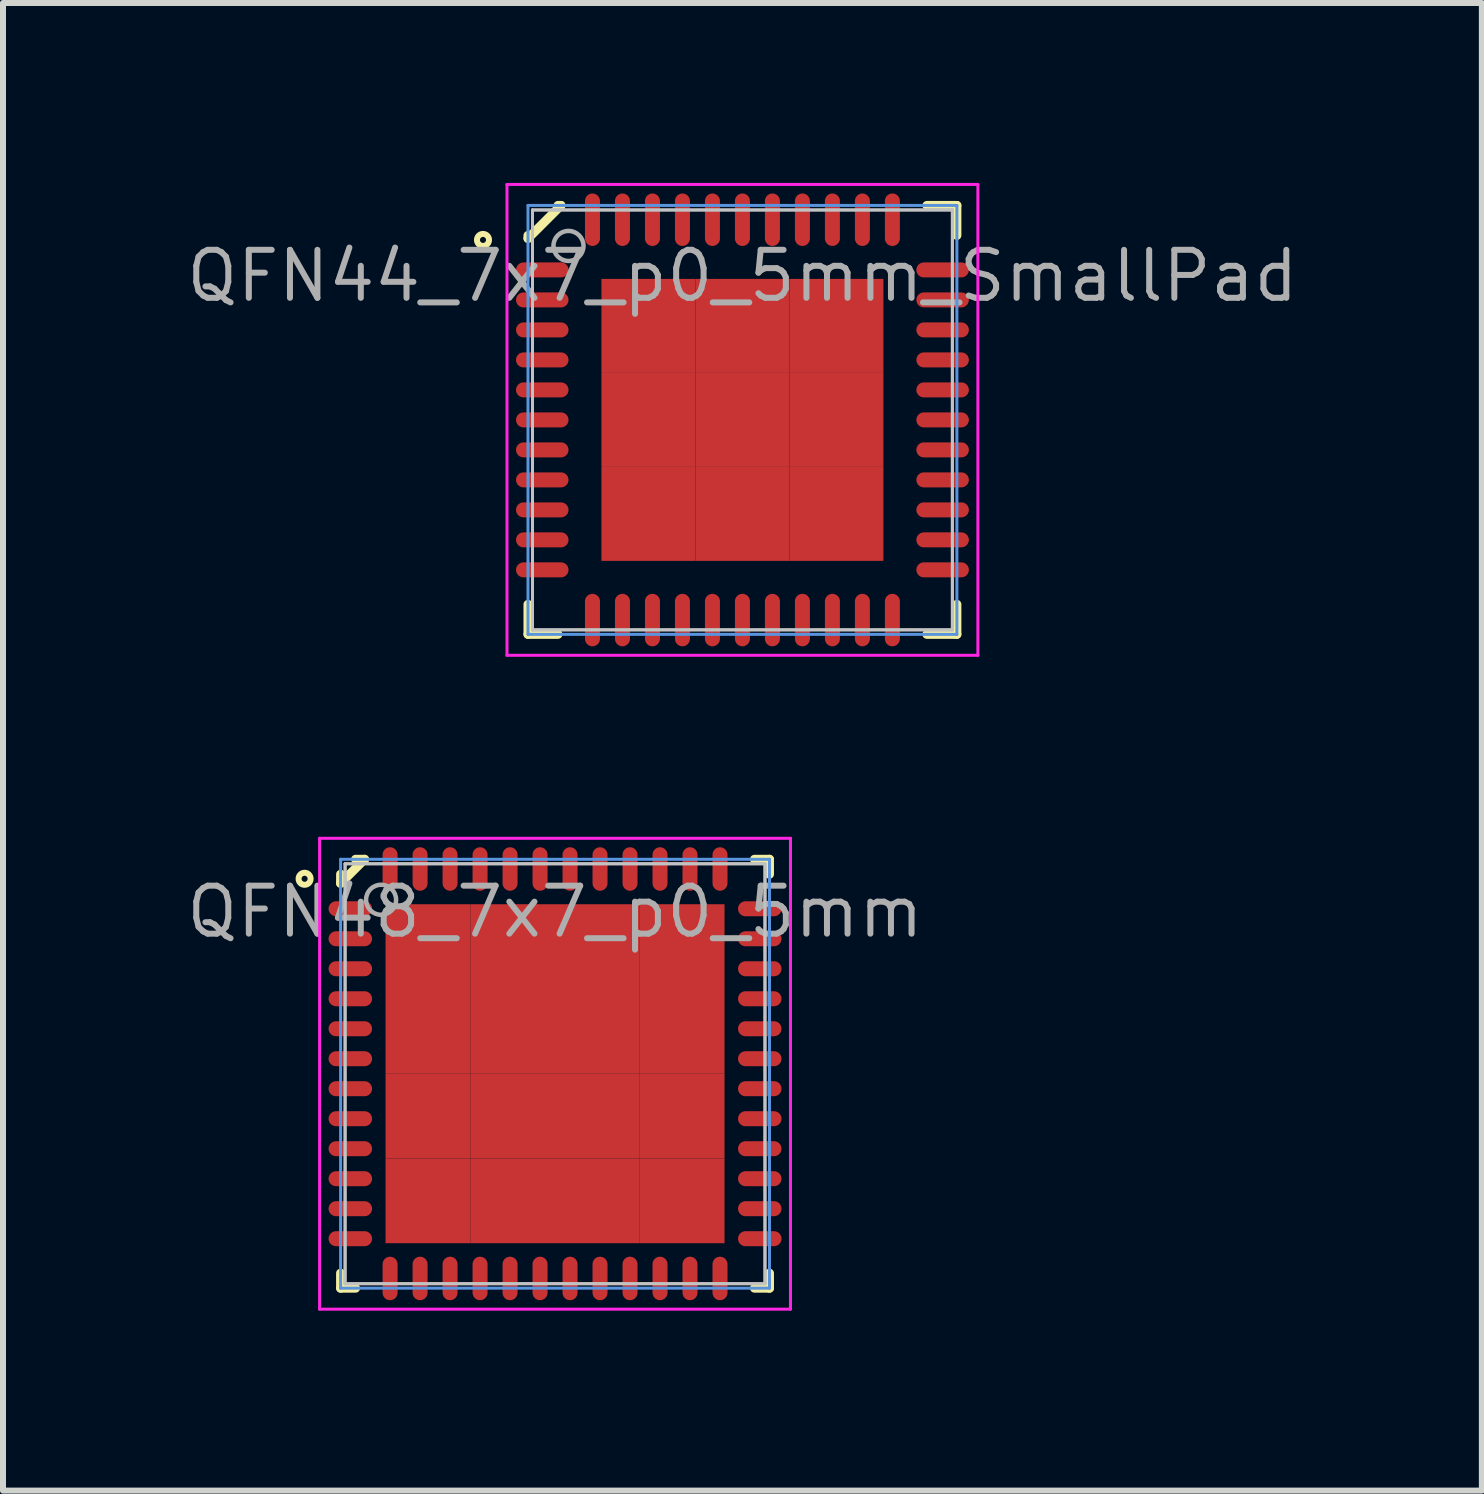
<source format=kicad_pcb>
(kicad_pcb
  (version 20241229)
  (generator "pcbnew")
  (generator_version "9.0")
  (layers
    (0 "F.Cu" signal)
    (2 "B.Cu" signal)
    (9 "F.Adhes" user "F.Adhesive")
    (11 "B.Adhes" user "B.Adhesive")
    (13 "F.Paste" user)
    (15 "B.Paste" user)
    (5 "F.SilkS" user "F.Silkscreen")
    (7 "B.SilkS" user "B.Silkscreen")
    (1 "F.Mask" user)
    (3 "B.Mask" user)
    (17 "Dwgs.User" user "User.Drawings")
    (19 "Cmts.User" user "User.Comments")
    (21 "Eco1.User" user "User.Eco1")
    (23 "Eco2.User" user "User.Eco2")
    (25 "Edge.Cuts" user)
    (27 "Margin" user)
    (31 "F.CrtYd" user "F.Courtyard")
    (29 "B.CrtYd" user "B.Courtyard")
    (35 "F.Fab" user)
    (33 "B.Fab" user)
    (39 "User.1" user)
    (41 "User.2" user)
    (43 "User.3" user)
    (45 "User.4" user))
  (footprint "QFN44_7x7_p0_5mm_SmallPad"
    (layer "F.Cu")
    (at 9.327 3.95)
    (property "Reference" "QFN44_7x7_p0_5mm_SmallPad" (at 0 -2.4 0) (layer "F.Fab") (effects (font (size 0.8 0.8) (thickness 0.1))))
    (attr through_hole)
    (fp_line (start -3.575 -3.025) (end -3.575 -3.075) (stroke (width 0.15) (type solid)) (layer "F.SilkS"))
    (fp_line (start -3.575 -3.025) (end -3.025 -3.575) (stroke (width 0.15) (type solid)) (layer "F.SilkS"))
    (fp_line (start -3.575 3.575) (end -3.575 3.075) (stroke (width 0.15) (type solid)) (layer "F.SilkS"))
    (fp_line (start -3.575 3.575) (end -3.075 3.575) (stroke (width 0.15) (type solid)) (layer "F.SilkS"))
    (fp_line (start -3.075 -3.575) (end -3.025 -3.575) (stroke (width 0.15) (type solid)) (layer "F.SilkS"))
    (fp_line (start 3.575 -3.575) (end 3.075 -3.575) (stroke (width 0.15) (type solid)) (layer "F.SilkS"))
    (fp_line (start 3.575 -3.575) (end 3.575 -3.075) (stroke (width 0.15) (type solid)) (layer "F.SilkS"))
    (fp_line (start 3.575 3.575) (end 3.075 3.575) (stroke (width 0.15) (type solid)) (layer "F.SilkS"))
    (fp_line (start 3.575 3.575) (end 3.575 3.075) (stroke (width 0.15) (type solid)) (layer "F.SilkS"))
    (fp_circle (center -4.325 -3) (end -4.254 -2.929) (stroke (width 0.1) (type solid)) (fill no) (layer "F.SilkS"))
    (fp_line (start -3.5 -3.5) (end -3.5 3.5) (stroke (width 0.05) (type solid)) (layer "Dwgs.User"))
    (fp_line (start -3.5 -3.5) (end 3.5 -3.5) (stroke (width 0.05) (type solid)) (layer "Dwgs.User"))
    (fp_line (start -3.5 3.5) (end 3.5 3.5) (stroke (width 0.05) (type solid)) (layer "Dwgs.User"))
    (fp_line (start 3.5 -3.5) (end 3.5 3.5) (stroke (width 0.05) (type solid)) (layer "Dwgs.User"))
    (fp_line (start -3.575 -3.575) (end -3.575 3.575) (stroke (width 0.05) (type solid)) (layer "Cmts.User"))
    (fp_line (start -3.575 -3.575) (end 3.575 -3.575) (stroke (width 0.05) (type solid)) (layer "Cmts.User"))
    (fp_line (start -3.575 3.575) (end 3.575 3.575) (stroke (width 0.05) (type solid)) (layer "Cmts.User"))
    (fp_line (start 3.575 -3.575) (end 3.575 3.575) (stroke (width 0.05) (type solid)) (layer "Cmts.User"))
    (fp_line (start -3.425 -3.425) (end -3.425 3.425) (stroke (width 0.05) (type solid)) (layer "Eco1.User"))
    (fp_line (start -3.425 -3.425) (end 3.425 -3.425) (stroke (width 0.05) (type solid)) (layer "Eco1.User"))
    (fp_line (start -3.425 3.425) (end 3.425 3.425) (stroke (width 0.05) (type solid)) (layer "Eco1.User"))
    (fp_line (start 3.425 -3.425) (end 3.425 3.425) (stroke (width 0.05) (type solid)) (layer "Eco1.User"))
    (fp_line (start -3.925 -3.925) (end -3.925 3.925) (stroke (width 0.05) (type solid)) (layer "F.CrtYd"))
    (fp_line (start -3.925 -3.925) (end 3.925 -3.925) (stroke (width 0.05) (type solid)) (layer "F.CrtYd"))
    (fp_line (start -3.925 3.925) (end 3.925 3.925) (stroke (width 0.05) (type solid)) (layer "F.CrtYd"))
    (fp_line (start 3.925 -3.925) (end 3.925 3.925) (stroke (width 0.05) (type solid)) (layer "F.CrtYd"))
    (fp_line (start -3.5 -3.5) (end -3.5 3.5) (stroke (width 0.05) (type solid)) (layer "F.Fab"))
    (fp_line (start -3.5 -3.5) (end 3.5 -3.5) (stroke (width 0.05) (type solid)) (layer "F.Fab"))
    (fp_line (start -3.5 3.5) (end 3.5 3.5) (stroke (width 0.05) (type solid)) (layer "F.Fab"))
    (fp_line (start 3.5 -3.5) (end 3.5 3.5) (stroke (width 0.05) (type solid)) (layer "F.Fab"))
    (fp_circle (center -2.9 -2.9) (end -2.723 -2.723) (stroke (width 0.075) (type solid)) (fill no) (layer "F.Fab"))
    (pad "1" smd oval (at -3.337 -2.5 180) (size 0.875 0.25) (layers "F.Cu" "F.Mask" "F.Paste"))
    (pad "2" smd oval (at -3.337 -2 180) (size 0.875 0.25) (layers "F.Cu" "F.Mask" "F.Paste"))
    (pad "3" smd oval (at -3.337 -1.5 180) (size 0.875 0.25) (layers "F.Cu" "F.Mask" "F.Paste"))
    (pad "4" smd oval (at -3.337 -1 180) (size 0.875 0.25) (layers "F.Cu" "F.Mask" "F.Paste"))
    (pad "5" smd oval (at -3.337 -0.5 180) (size 0.875 0.25) (layers "F.Cu" "F.Mask" "F.Paste"))
    (pad "6" smd oval (at -3.337 0 180) (size 0.875 0.25) (layers "F.Cu" "F.Mask" "F.Paste"))
    (pad "7" smd oval (at -3.337 0.5 180) (size 0.875 0.25) (layers "F.Cu" "F.Mask" "F.Paste"))
    (pad "8" smd oval (at -3.337 1 180) (size 0.875 0.25) (layers "F.Cu" "F.Mask" "F.Paste"))
    (pad "9" smd oval (at -3.337 1.5 180) (size 0.875 0.25) (layers "F.Cu" "F.Mask" "F.Paste"))
    (pad "10" smd oval (at -3.337 2 180) (size 0.875 0.25) (layers "F.Cu" "F.Mask" "F.Paste"))
    (pad "11" smd oval (at -3.337 2.5 180) (size 0.875 0.25) (layers "F.Cu" "F.Mask" "F.Paste"))
    (pad "12" smd oval (at -2.5 3.337 270) (size 0.875 0.25) (layers "F.Cu" "F.Mask" "F.Paste"))
    (pad "13" smd oval (at -2 3.337 270) (size 0.875 0.25) (layers "F.Cu" "F.Mask" "F.Paste"))
    (pad "14" smd oval (at -1.5 3.337 270) (size 0.875 0.25) (layers "F.Cu" "F.Mask" "F.Paste"))
    (pad "15" smd oval (at -1 3.337 270) (size 0.875 0.25) (layers "F.Cu" "F.Mask" "F.Paste"))
    (pad "16" smd oval (at -0.5 3.337 270) (size 0.875 0.25) (layers "F.Cu" "F.Mask" "F.Paste"))
    (pad "17" smd oval (at 0 3.337 270) (size 0.875 0.25) (layers "F.Cu" "F.Mask" "F.Paste"))
    (pad "18" smd oval (at 0.5 3.337 270) (size 0.875 0.25) (layers "F.Cu" "F.Mask" "F.Paste"))
    (pad "19" smd oval (at 1 3.337 270) (size 0.875 0.25) (layers "F.Cu" "F.Mask" "F.Paste"))
    (pad "20" smd oval (at 1.5 3.337 270) (size 0.875 0.25) (layers "F.Cu" "F.Mask" "F.Paste"))
    (pad "21" smd oval (at 2 3.337 270) (size 0.875 0.25) (layers "F.Cu" "F.Mask" "F.Paste"))
    (pad "22" smd oval (at 2.5 3.337 270) (size 0.875 0.25) (layers "F.Cu" "F.Mask" "F.Paste"))
    (pad "23" smd oval (at 3.337 2.5) (size 0.875 0.25) (layers "F.Cu" "F.Mask" "F.Paste"))
    (pad "24" smd oval (at 3.337 2) (size 0.875 0.25) (layers "F.Cu" "F.Mask" "F.Paste"))
    (pad "25" smd oval (at 3.337 1.5) (size 0.875 0.25) (layers "F.Cu" "F.Mask" "F.Paste"))
    (pad "26" smd oval (at 3.337 1) (size 0.875 0.25) (layers "F.Cu" "F.Mask" "F.Paste"))
    (pad "27" smd oval (at 3.337 0.5) (size 0.875 0.25) (layers "F.Cu" "F.Mask" "F.Paste"))
    (pad "28" smd oval (at 3.337 0) (size 0.875 0.25) (layers "F.Cu" "F.Mask" "F.Paste"))
    (pad "29" smd oval (at 3.337 -0.5) (size 0.875 0.25) (layers "F.Cu" "F.Mask" "F.Paste"))
    (pad "30" smd oval (at 3.337 -1) (size 0.875 0.25) (layers "F.Cu" "F.Mask" "F.Paste"))
    (pad "31" smd oval (at 3.337 -1.5) (size 0.875 0.25) (layers "F.Cu" "F.Mask" "F.Paste"))
    (pad "32" smd oval (at 3.337 -2) (size 0.875 0.25) (layers "F.Cu" "F.Mask" "F.Paste"))
    (pad "33" smd oval (at 3.337 -2.5) (size 0.875 0.25) (layers "F.Cu" "F.Mask" "F.Paste"))
    (pad "34" smd oval (at 2.5 -3.337 90) (size 0.875 0.25) (layers "F.Cu" "F.Mask" "F.Paste"))
    (pad "35" smd oval (at 2 -3.337 90) (size 0.875 0.25) (layers "F.Cu" "F.Mask" "F.Paste"))
    (pad "36" smd oval (at 1.5 -3.337 90) (size 0.875 0.25) (layers "F.Cu" "F.Mask" "F.Paste"))
    (pad "37" smd oval (at 1 -3.337 90) (size 0.875 0.25) (layers "F.Cu" "F.Mask" "F.Paste"))
    (pad "38" smd oval (at 0.5 -3.337 90) (size 0.875 0.25) (layers "F.Cu" "F.Mask" "F.Paste"))
    (pad "39" smd oval (at 0 -3.337 90) (size 0.875 0.25) (layers "F.Cu" "F.Mask" "F.Paste"))
    (pad "40" smd oval (at -0.5 -3.337 90) (size 0.875 0.25) (layers "F.Cu" "F.Mask" "F.Paste"))
    (pad "41" smd oval (at -1 -3.337 90) (size 0.875 0.25) (layers "F.Cu" "F.Mask" "F.Paste"))
    (pad "42" smd oval (at -1.5 -3.337 90) (size 0.875 0.25) (layers "F.Cu" "F.Mask" "F.Paste"))
    (pad "43" smd oval (at -2 -3.337 90) (size 0.875 0.25) (layers "F.Cu" "F.Mask" "F.Paste"))
    (pad "44" smd oval (at -2.5 -3.337 90) (size 0.875 0.25) (layers "F.Cu" "F.Mask" "F.Paste"))
    (pad "45" smd rect (at -1.567 -1.567) (size 1.567 1.567) (layers "F.Cu" "F.Mask" "F.Paste"))
    (pad "45" smd rect (at -1.567 0) (size 1.567 1.567) (layers "F.Cu" "F.Mask" "F.Paste"))
    (pad "45" smd rect (at -1.567 1.567) (size 1.567 1.567) (layers "F.Cu" "F.Mask" "F.Paste"))
    (pad "45" smd rect (at 0 -1.567) (size 1.567 1.567) (layers "F.Cu" "F.Mask" "F.Paste"))
    (pad "45" smd rect (at 0 0) (size 1.567 1.567) (layers "F.Cu" "F.Mask" "F.Paste"))
    (pad "45" smd rect (at 0 1.567) (size 1.567 1.567) (layers "F.Cu" "F.Mask" "F.Paste"))
    (pad "45" smd rect (at 1.567 -1.567) (size 1.567 1.567) (layers "F.Cu" "F.Mask" "F.Paste"))
    (pad "45" smd rect (at 1.567 0) (size 1.567 1.567) (layers "F.Cu" "F.Mask" "F.Paste"))
    (pad "45" smd rect (at 1.567 1.567) (size 1.567 1.567) (layers "F.Cu" "F.Mask" "F.Paste")))
  (footprint "QFN48_7x7_p0_5mm"
    (layer "F.Cu")
    (at 6.203 14.85)
    (property "Reference" "QFN48_7x7_p0_5mm" (at 0 -2.7 0) (layer "F.Fab") (effects (font (size 0.8 0.8) (thickness 0.1))))
    (attr through_hole)
    (fp_line (start -3.575 -3.175) (end -3.575 -3.325) (stroke (width 0.15) (type solid)) (layer "F.SilkS"))
    (fp_line (start -3.575 -3.175) (end -3.175 -3.575) (stroke (width 0.15) (type solid)) (layer "F.SilkS"))
    (fp_line (start -3.575 3.575) (end -3.575 3.325) (stroke (width 0.15) (type solid)) (layer "F.SilkS"))
    (fp_line (start -3.575 3.575) (end -3.325 3.575) (stroke (width 0.15) (type solid)) (layer "F.SilkS"))
    (fp_line (start -3.325 -3.575) (end -3.175 -3.575) (stroke (width 0.15) (type solid)) (layer "F.SilkS"))
    (fp_line (start 3.575 -3.575) (end 3.325 -3.575) (stroke (width 0.15) (type solid)) (layer "F.SilkS"))
    (fp_line (start 3.575 -3.575) (end 3.575 -3.325) (stroke (width 0.15) (type solid)) (layer "F.SilkS"))
    (fp_line (start 3.575 3.575) (end 3.325 3.575) (stroke (width 0.15) (type solid)) (layer "F.SilkS"))
    (fp_line (start 3.575 3.575) (end 3.575 3.325) (stroke (width 0.15) (type solid)) (layer "F.SilkS"))
    (fp_circle (center -4.175 -3.25) (end -4.104 -3.179) (stroke (width 0.1) (type solid)) (fill no) (layer "F.SilkS"))
    (fp_line (start -3.5 -3.5) (end -3.5 3.5) (stroke (width 0.05) (type solid)) (layer "Dwgs.User"))
    (fp_line (start -3.5 -3.5) (end 3.5 -3.5) (stroke (width 0.05) (type solid)) (layer "Dwgs.User"))
    (fp_line (start -3.5 3.5) (end 3.5 3.5) (stroke (width 0.05) (type solid)) (layer "Dwgs.User"))
    (fp_line (start 3.5 -3.5) (end 3.5 3.5) (stroke (width 0.05) (type solid)) (layer "Dwgs.User"))
    (fp_line (start -3.575 -3.575) (end -3.575 3.575) (stroke (width 0.05) (type solid)) (layer "Cmts.User"))
    (fp_line (start -3.575 -3.575) (end 3.575 -3.575) (stroke (width 0.05) (type solid)) (layer "Cmts.User"))
    (fp_line (start -3.575 3.575) (end 3.575 3.575) (stroke (width 0.05) (type solid)) (layer "Cmts.User"))
    (fp_line (start 3.575 -3.575) (end 3.575 3.575) (stroke (width 0.05) (type solid)) (layer "Cmts.User"))
    (fp_line (start -3.425 -3.425) (end -3.425 3.425) (stroke (width 0.05) (type solid)) (layer "Eco1.User"))
    (fp_line (start -3.425 -3.425) (end 3.425 -3.425) (stroke (width 0.05) (type solid)) (layer "Eco1.User"))
    (fp_line (start -3.425 3.425) (end 3.425 3.425) (stroke (width 0.05) (type solid)) (layer "Eco1.User"))
    (fp_line (start 3.425 -3.425) (end 3.425 3.425) (stroke (width 0.05) (type solid)) (layer "Eco1.User"))
    (fp_line (start -3.925 -3.925) (end -3.925 3.925) (stroke (width 0.05) (type solid)) (layer "F.CrtYd"))
    (fp_line (start -3.925 -3.925) (end 3.925 -3.925) (stroke (width 0.05) (type solid)) (layer "F.CrtYd"))
    (fp_line (start -3.925 3.925) (end 3.925 3.925) (stroke (width 0.05) (type solid)) (layer "F.CrtYd"))
    (fp_line (start 3.925 -3.925) (end 3.925 3.925) (stroke (width 0.05) (type solid)) (layer "F.CrtYd"))
    (fp_line (start -3.5 -3.5) (end -3.5 3.5) (stroke (width 0.05) (type solid)) (layer "F.Fab"))
    (fp_line (start -3.5 -3.5) (end 3.5 -3.5) (stroke (width 0.05) (type solid)) (layer "F.Fab"))
    (fp_line (start -3.5 3.5) (end 3.5 3.5) (stroke (width 0.05) (type solid)) (layer "F.Fab"))
    (fp_line (start 3.5 -3.5) (end 3.5 3.5) (stroke (width 0.05) (type solid)) (layer "F.Fab"))
    (fp_circle (center -2.9 -2.9) (end -2.723 -2.723) (stroke (width 0.075) (type solid)) (fill no) (layer "F.Fab"))
    (pad "1" smd oval (at -3.413 -2.75 180) (size 0.725 0.25) (layers "F.Cu" "F.Mask" "F.Paste"))
    (pad "2" smd oval (at -3.413 -2.25 180) (size 0.725 0.25) (layers "F.Cu" "F.Mask" "F.Paste"))
    (pad "3" smd oval (at -3.413 -1.75 180) (size 0.725 0.25) (layers "F.Cu" "F.Mask" "F.Paste"))
    (pad "4" smd oval (at -3.413 -1.25 180) (size 0.725 0.25) (layers "F.Cu" "F.Mask" "F.Paste"))
    (pad "5" smd oval (at -3.413 -0.75 180) (size 0.725 0.25) (layers "F.Cu" "F.Mask" "F.Paste"))
    (pad "6" smd oval (at -3.413 -0.25 180) (size 0.725 0.25) (layers "F.Cu" "F.Mask" "F.Paste"))
    (pad "7" smd oval (at -3.413 0.25 180) (size 0.725 0.25) (layers "F.Cu" "F.Mask" "F.Paste"))
    (pad "8" smd oval (at -3.413 0.75 180) (size 0.725 0.25) (layers "F.Cu" "F.Mask" "F.Paste"))
    (pad "9" smd oval (at -3.413 1.25 180) (size 0.725 0.25) (layers "F.Cu" "F.Mask" "F.Paste"))
    (pad "10" smd oval (at -3.413 1.75 180) (size 0.725 0.25) (layers "F.Cu" "F.Mask" "F.Paste"))
    (pad "11" smd oval (at -3.413 2.25 180) (size 0.725 0.25) (layers "F.Cu" "F.Mask" "F.Paste"))
    (pad "12" smd oval (at -3.413 2.75 180) (size 0.725 0.25) (layers "F.Cu" "F.Mask" "F.Paste"))
    (pad "13" smd oval (at -2.75 3.413 270) (size 0.725 0.25) (layers "F.Cu" "F.Mask" "F.Paste"))
    (pad "14" smd oval (at -2.25 3.413 270) (size 0.725 0.25) (layers "F.Cu" "F.Mask" "F.Paste"))
    (pad "15" smd oval (at -1.75 3.413 270) (size 0.725 0.25) (layers "F.Cu" "F.Mask" "F.Paste"))
    (pad "16" smd oval (at -1.25 3.413 270) (size 0.725 0.25) (layers "F.Cu" "F.Mask" "F.Paste"))
    (pad "17" smd oval (at -0.75 3.413 270) (size 0.725 0.25) (layers "F.Cu" "F.Mask" "F.Paste"))
    (pad "18" smd oval (at -0.25 3.413 270) (size 0.725 0.25) (layers "F.Cu" "F.Mask" "F.Paste"))
    (pad "19" smd oval (at 0.25 3.413 270) (size 0.725 0.25) (layers "F.Cu" "F.Mask" "F.Paste"))
    (pad "20" smd oval (at 0.75 3.413 270) (size 0.725 0.25) (layers "F.Cu" "F.Mask" "F.Paste"))
    (pad "21" smd oval (at 1.25 3.413 270) (size 0.725 0.25) (layers "F.Cu" "F.Mask" "F.Paste"))
    (pad "22" smd oval (at 1.75 3.413 270) (size 0.725 0.25) (layers "F.Cu" "F.Mask" "F.Paste"))
    (pad "23" smd oval (at 2.25 3.413 270) (size 0.725 0.25) (layers "F.Cu" "F.Mask" "F.Paste"))
    (pad "24" smd oval (at 2.75 3.413 270) (size 0.725 0.25) (layers "F.Cu" "F.Mask" "F.Paste"))
    (pad "25" smd oval (at 3.413 2.75) (size 0.725 0.25) (layers "F.Cu" "F.Mask" "F.Paste"))
    (pad "26" smd oval (at 3.413 2.25) (size 0.725 0.25) (layers "F.Cu" "F.Mask" "F.Paste"))
    (pad "27" smd oval (at 3.413 1.75) (size 0.725 0.25) (layers "F.Cu" "F.Mask" "F.Paste"))
    (pad "28" smd oval (at 3.413 1.25) (size 0.725 0.25) (layers "F.Cu" "F.Mask" "F.Paste"))
    (pad "29" smd oval (at 3.413 0.75) (size 0.725 0.25) (layers "F.Cu" "F.Mask" "F.Paste"))
    (pad "30" smd oval (at 3.413 0.25) (size 0.725 0.25) (layers "F.Cu" "F.Mask" "F.Paste"))
    (pad "31" smd oval (at 3.413 -0.25) (size 0.725 0.25) (layers "F.Cu" "F.Mask" "F.Paste"))
    (pad "32" smd oval (at 3.413 -0.75) (size 0.725 0.25) (layers "F.Cu" "F.Mask" "F.Paste"))
    (pad "33" smd oval (at 3.413 -1.25) (size 0.725 0.25) (layers "F.Cu" "F.Mask" "F.Paste"))
    (pad "34" smd oval (at 3.413 -1.75) (size 0.725 0.25) (layers "F.Cu" "F.Mask" "F.Paste"))
    (pad "35" smd oval (at 3.413 -2.25) (size 0.725 0.25) (layers "F.Cu" "F.Mask" "F.Paste"))
    (pad "36" smd oval (at 3.413 -2.75) (size 0.725 0.25) (layers "F.Cu" "F.Mask" "F.Paste"))
    (pad "37" smd oval (at 2.75 -3.413 90) (size 0.725 0.25) (layers "F.Cu" "F.Mask" "F.Paste"))
    (pad "38" smd oval (at 2.25 -3.413 90) (size 0.725 0.25) (layers "F.Cu" "F.Mask" "F.Paste"))
    (pad "39" smd oval (at 1.75 -3.413 90) (size 0.725 0.25) (layers "F.Cu" "F.Mask" "F.Paste"))
    (pad "40" smd oval (at 1.25 -3.413 90) (size 0.725 0.25) (layers "F.Cu" "F.Mask" "F.Paste"))
    (pad "41" smd oval (at 0.75 -3.413 90) (size 0.725 0.25) (layers "F.Cu" "F.Mask" "F.Paste"))
    (pad "42" smd oval (at 0.25 -3.413 90) (size 0.725 0.25) (layers "F.Cu" "F.Mask" "F.Paste"))
    (pad "43" smd oval (at -0.25 -3.413 90) (size 0.725 0.25) (layers "F.Cu" "F.Mask" "F.Paste"))
    (pad "44" smd oval (at -0.75 -3.413 90) (size 0.725 0.25) (layers "F.Cu" "F.Mask" "F.Paste"))
    (pad "45" smd oval (at -1.25 -3.413 90) (size 0.725 0.25) (layers "F.Cu" "F.Mask" "F.Paste"))
    (pad "46" smd oval (at -1.75 -3.413 90) (size 0.725 0.25) (layers "F.Cu" "F.Mask" "F.Paste"))
    (pad "47" smd oval (at -2.25 -3.413 90) (size 0.725 0.25) (layers "F.Cu" "F.Mask" "F.Paste"))
    (pad "48" smd oval (at -2.75 -3.413 90) (size 0.725 0.25) (layers "F.Cu" "F.Mask" "F.Paste"))
    (pad "49" smd rect (at -2.119 -2.119) (size 1.413 1.413) (layers "F.Cu" "F.Mask" "F.Paste"))
    (pad "49" smd rect (at -2.119 -0.706) (size 1.413 1.413) (layers "F.Cu" "F.Mask" "F.Paste"))
    (pad "49" smd rect (at -2.119 0.706) (size 1.413 1.413) (layers "F.Cu" "F.Mask" "F.Paste"))
    (pad "49" smd rect (at -2.119 2.119) (size 1.413 1.413) (layers "F.Cu" "F.Mask" "F.Paste"))
    (pad "49" smd rect (at -0.706 -2.119) (size 1.413 1.413) (layers "F.Cu" "F.Mask" "F.Paste"))
    (pad "49" smd rect (at -0.706 -0.706) (size 1.413 1.413) (layers "F.Cu" "F.Mask" "F.Paste"))
    (pad "49" smd rect (at -0.706 0.706) (size 1.413 1.413) (layers "F.Cu" "F.Mask" "F.Paste"))
    (pad "49" smd rect (at -0.706 2.119) (size 1.413 1.413) (layers "F.Cu" "F.Mask" "F.Paste"))
    (pad "49" smd rect (at 0.706 -2.119) (size 1.413 1.413) (layers "F.Cu" "F.Mask" "F.Paste"))
    (pad "49" smd rect (at 0.706 -0.706) (size 1.413 1.413) (layers "F.Cu" "F.Mask" "F.Paste"))
    (pad "49" smd rect (at 0.706 0.706) (size 1.413 1.413) (layers "F.Cu" "F.Mask" "F.Paste"))
    (pad "49" smd rect (at 0.706 2.119) (size 1.413 1.413) (layers "F.Cu" "F.Mask" "F.Paste"))
    (pad "49" smd rect (at 2.119 -2.119) (size 1.413 1.413) (layers "F.Cu" "F.Mask" "F.Paste"))
    (pad "49" smd rect (at 2.119 -0.706) (size 1.413 1.413) (layers "F.Cu" "F.Mask" "F.Paste"))
    (pad "49" smd rect (at 2.119 0.706) (size 1.413 1.413) (layers "F.Cu" "F.Mask" "F.Paste"))
    (pad "49" smd rect (at 2.119 2.119) (size 1.413 1.413) (layers "F.Cu" "F.Mask" "F.Paste")))
  (gr_rect
    (start -3 -3)
    (end 21.654 21.8)
    (stroke (width 0.1) (type default))
    (fill no)
    (layer "Edge.Cuts")))
</source>
